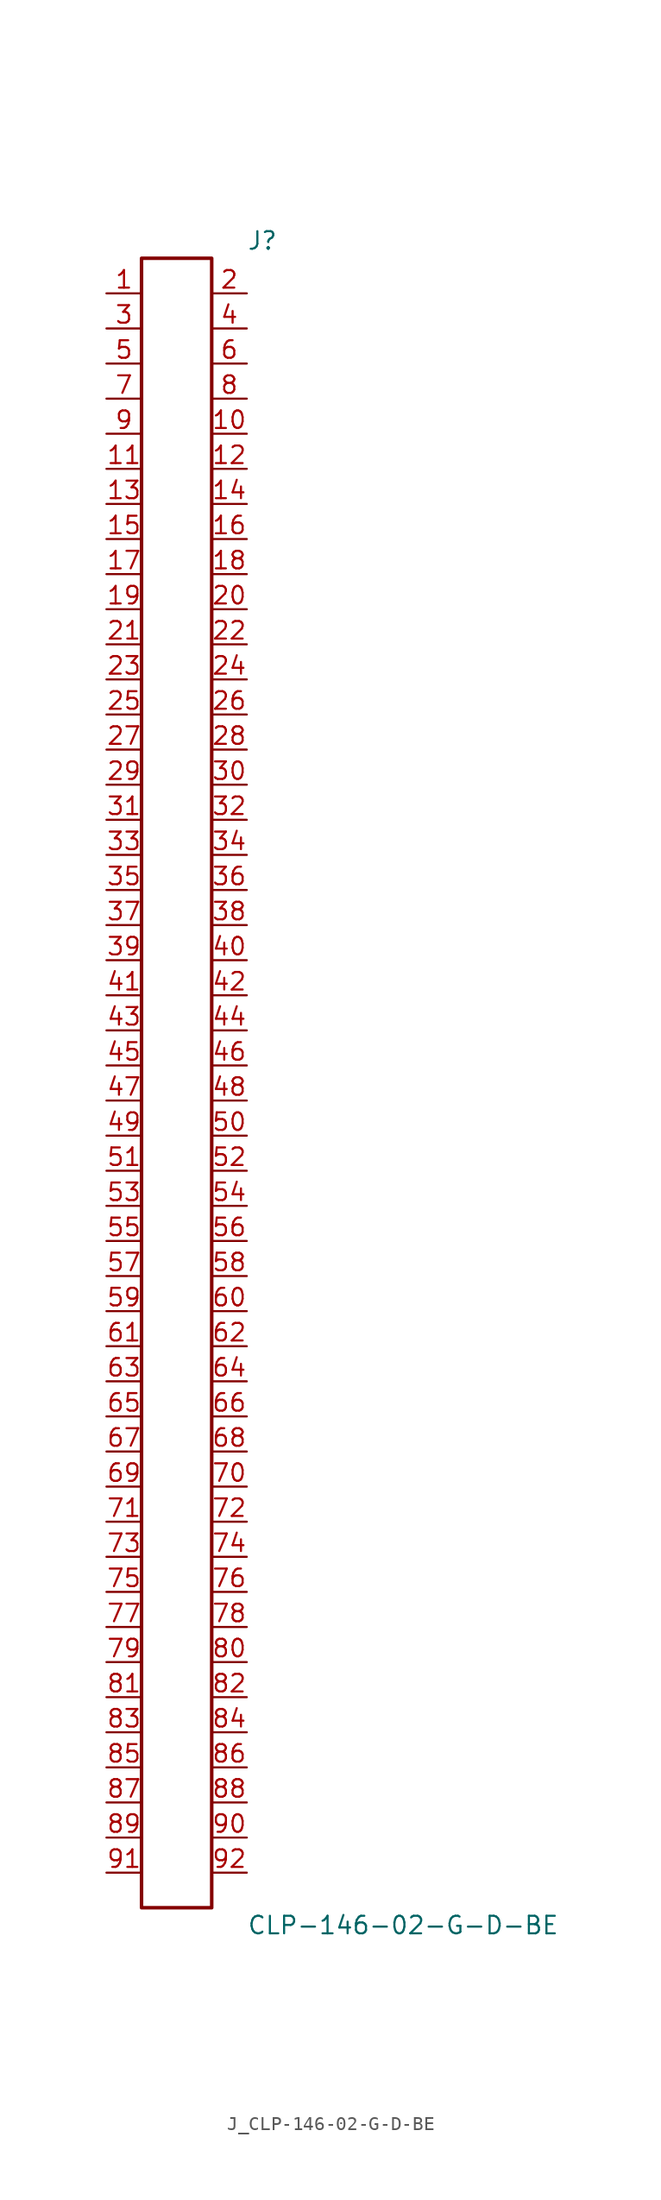
<source format=kicad_sym>
(kicad_symbol_lib
  (version 20231120)
  (generator kicad_symbol_editor)
  (generator_version 8.0)
  (symbol "J_CLP-146-02-G-D-BE"
    (pin_names
      (offset 0.254))
    (property "Reference" "J"
      (at 5.08 60.96 0)
      (effects (font (size 1.27 1.27)) (justify left)))
    (property "Value" "CLP-146-02-G-D-BE"
      (at 5.08 -60.96 0)
      (effects (font (size 1.27 1.27)) (justify left)))
    (symbol "J_CLP-146-02-G-D-BE_0_0"
      (pin passive line (at -5.08 57.15 0) (length 2.54) (name "" (effects (font (size 1.27 1.27)))) (number "1" (effects (font (size 1.27 1.27)))))
      (pin passive line (at 5.08 57.15 180) (length 2.54) (name "" (effects (font (size 1.27 1.27)))) (number "2" (effects (font (size 1.27 1.27)))))
      (pin passive line (at -5.08 54.61 0) (length 2.54) (name "" (effects (font (size 1.27 1.27)))) (number "3" (effects (font (size 1.27 1.27)))))
      (pin passive line (at 5.08 54.61 180) (length 2.54) (name "" (effects (font (size 1.27 1.27)))) (number "4" (effects (font (size 1.27 1.27)))))
      (pin passive line (at -5.08 52.07 0) (length 2.54) (name "" (effects (font (size 1.27 1.27)))) (number "5" (effects (font (size 1.27 1.27)))))
      (pin passive line (at 5.08 52.07 180) (length 2.54) (name "" (effects (font (size 1.27 1.27)))) (number "6" (effects (font (size 1.27 1.27)))))
      (pin passive line (at -5.08 49.53 0) (length 2.54) (name "" (effects (font (size 1.27 1.27)))) (number "7" (effects (font (size 1.27 1.27)))))
      (pin passive line (at 5.08 49.53 180) (length 2.54) (name "" (effects (font (size 1.27 1.27)))) (number "8" (effects (font (size 1.27 1.27)))))
      (pin passive line (at -5.08 46.99 0) (length 2.54) (name "" (effects (font (size 1.27 1.27)))) (number "9" (effects (font (size 1.27 1.27)))))
      (pin passive line (at 5.08 46.99 180) (length 2.54) (name "" (effects (font (size 1.27 1.27)))) (number "10" (effects (font (size 1.27 1.27)))))
      (pin passive line (at -5.08 44.45 0) (length 2.54) (name "" (effects (font (size 1.27 1.27)))) (number "11" (effects (font (size 1.27 1.27)))))
      (pin passive line (at 5.08 44.45 180) (length 2.54) (name "" (effects (font (size 1.27 1.27)))) (number "12" (effects (font (size 1.27 1.27)))))
      (pin passive line (at -5.08 41.91 0) (length 2.54) (name "" (effects (font (size 1.27 1.27)))) (number "13" (effects (font (size 1.27 1.27)))))
      (pin passive line (at 5.08 41.91 180) (length 2.54) (name "" (effects (font (size 1.27 1.27)))) (number "14" (effects (font (size 1.27 1.27)))))
      (pin passive line (at -5.08 39.37 0) (length 2.54) (name "" (effects (font (size 1.27 1.27)))) (number "15" (effects (font (size 1.27 1.27)))))
      (pin passive line (at 5.08 39.37 180) (length 2.54) (name "" (effects (font (size 1.27 1.27)))) (number "16" (effects (font (size 1.27 1.27)))))
      (pin passive line (at -5.08 36.83 0) (length 2.54) (name "" (effects (font (size 1.27 1.27)))) (number "17" (effects (font (size 1.27 1.27)))))
      (pin passive line (at 5.08 36.83 180) (length 2.54) (name "" (effects (font (size 1.27 1.27)))) (number "18" (effects (font (size 1.27 1.27)))))
      (pin passive line (at -5.08 34.29 0) (length 2.54) (name "" (effects (font (size 1.27 1.27)))) (number "19" (effects (font (size 1.27 1.27)))))
      (pin passive line (at 5.08 34.29 180) (length 2.54) (name "" (effects (font (size 1.27 1.27)))) (number "20" (effects (font (size 1.27 1.27)))))
      (pin passive line (at -5.08 31.75 0) (length 2.54) (name "" (effects (font (size 1.27 1.27)))) (number "21" (effects (font (size 1.27 1.27)))))
      (pin passive line (at 5.08 31.75 180) (length 2.54) (name "" (effects (font (size 1.27 1.27)))) (number "22" (effects (font (size 1.27 1.27)))))
      (pin passive line (at -5.08 29.21 0) (length 2.54) (name "" (effects (font (size 1.27 1.27)))) (number "23" (effects (font (size 1.27 1.27)))))
      (pin passive line (at 5.08 29.21 180) (length 2.54) (name "" (effects (font (size 1.27 1.27)))) (number "24" (effects (font (size 1.27 1.27)))))
      (pin passive line (at -5.08 26.67 0) (length 2.54) (name "" (effects (font (size 1.27 1.27)))) (number "25" (effects (font (size 1.27 1.27)))))
      (pin passive line (at 5.08 26.67 180) (length 2.54) (name "" (effects (font (size 1.27 1.27)))) (number "26" (effects (font (size 1.27 1.27)))))
      (pin passive line (at -5.08 24.13 0) (length 2.54) (name "" (effects (font (size 1.27 1.27)))) (number "27" (effects (font (size 1.27 1.27)))))
      (pin passive line (at 5.08 24.13 180) (length 2.54) (name "" (effects (font (size 1.27 1.27)))) (number "28" (effects (font (size 1.27 1.27)))))
      (pin passive line (at -5.08 21.59 0) (length 2.54) (name "" (effects (font (size 1.27 1.27)))) (number "29" (effects (font (size 1.27 1.27)))))
      (pin passive line (at 5.08 21.59 180) (length 2.54) (name "" (effects (font (size 1.27 1.27)))) (number "30" (effects (font (size 1.27 1.27)))))
      (pin passive line (at -5.08 19.05 0) (length 2.54) (name "" (effects (font (size 1.27 1.27)))) (number "31" (effects (font (size 1.27 1.27)))))
      (pin passive line (at 5.08 19.05 180) (length 2.54) (name "" (effects (font (size 1.27 1.27)))) (number "32" (effects (font (size 1.27 1.27)))))
      (pin passive line (at -5.08 16.51 0) (length 2.54) (name "" (effects (font (size 1.27 1.27)))) (number "33" (effects (font (size 1.27 1.27)))))
      (pin passive line (at 5.08 16.51 180) (length 2.54) (name "" (effects (font (size 1.27 1.27)))) (number "34" (effects (font (size 1.27 1.27)))))
      (pin passive line (at -5.08 13.97 0) (length 2.54) (name "" (effects (font (size 1.27 1.27)))) (number "35" (effects (font (size 1.27 1.27)))))
      (pin passive line (at 5.08 13.97 180) (length 2.54) (name "" (effects (font (size 1.27 1.27)))) (number "36" (effects (font (size 1.27 1.27)))))
      (pin passive line (at -5.08 11.43 0) (length 2.54) (name "" (effects (font (size 1.27 1.27)))) (number "37" (effects (font (size 1.27 1.27)))))
      (pin passive line (at 5.08 11.43 180) (length 2.54) (name "" (effects (font (size 1.27 1.27)))) (number "38" (effects (font (size 1.27 1.27)))))
      (pin passive line (at -5.08 8.89 0) (length 2.54) (name "" (effects (font (size 1.27 1.27)))) (number "39" (effects (font (size 1.27 1.27)))))
      (pin passive line (at 5.08 8.89 180) (length 2.54) (name "" (effects (font (size 1.27 1.27)))) (number "40" (effects (font (size 1.27 1.27)))))
      (pin passive line (at -5.08 6.35 0) (length 2.54) (name "" (effects (font (size 1.27 1.27)))) (number "41" (effects (font (size 1.27 1.27)))))
      (pin passive line (at 5.08 6.35 180) (length 2.54) (name "" (effects (font (size 1.27 1.27)))) (number "42" (effects (font (size 1.27 1.27)))))
      (pin passive line (at -5.08 3.81 0) (length 2.54) (name "" (effects (font (size 1.27 1.27)))) (number "43" (effects (font (size 1.27 1.27)))))
      (pin passive line (at 5.08 3.81 180) (length 2.54) (name "" (effects (font (size 1.27 1.27)))) (number "44" (effects (font (size 1.27 1.27)))))
      (pin passive line (at -5.08 1.27 0) (length 2.54) (name "" (effects (font (size 1.27 1.27)))) (number "45" (effects (font (size 1.27 1.27)))))
      (pin passive line (at 5.08 1.27 180) (length 2.54) (name "" (effects (font (size 1.27 1.27)))) (number "46" (effects (font (size 1.27 1.27)))))
      (pin passive line (at -5.08 -1.27 0) (length 2.54) (name "" (effects (font (size 1.27 1.27)))) (number "47" (effects (font (size 1.27 1.27)))))
      (pin passive line (at 5.08 -1.27 180) (length 2.54) (name "" (effects (font (size 1.27 1.27)))) (number "48" (effects (font (size 1.27 1.27)))))
      (pin passive line (at -5.08 -3.81 0) (length 2.54) (name "" (effects (font (size 1.27 1.27)))) (number "49" (effects (font (size 1.27 1.27)))))
      (pin passive line (at 5.08 -3.81 180) (length 2.54) (name "" (effects (font (size 1.27 1.27)))) (number "50" (effects (font (size 1.27 1.27)))))
      (pin passive line (at -5.08 -6.35 0) (length 2.54) (name "" (effects (font (size 1.27 1.27)))) (number "51" (effects (font (size 1.27 1.27)))))
      (pin passive line (at 5.08 -6.35 180) (length 2.54) (name "" (effects (font (size 1.27 1.27)))) (number "52" (effects (font (size 1.27 1.27)))))
      (pin passive line (at -5.08 -8.89 0) (length 2.54) (name "" (effects (font (size 1.27 1.27)))) (number "53" (effects (font (size 1.27 1.27)))))
      (pin passive line (at 5.08 -8.89 180) (length 2.54) (name "" (effects (font (size 1.27 1.27)))) (number "54" (effects (font (size 1.27 1.27)))))
      (pin passive line (at -5.08 -11.43 0) (length 2.54) (name "" (effects (font (size 1.27 1.27)))) (number "55" (effects (font (size 1.27 1.27)))))
      (pin passive line (at 5.08 -11.43 180) (length 2.54) (name "" (effects (font (size 1.27 1.27)))) (number "56" (effects (font (size 1.27 1.27)))))
      (pin passive line (at -5.08 -13.97 0) (length 2.54) (name "" (effects (font (size 1.27 1.27)))) (number "57" (effects (font (size 1.27 1.27)))))
      (pin passive line (at 5.08 -13.97 180) (length 2.54) (name "" (effects (font (size 1.27 1.27)))) (number "58" (effects (font (size 1.27 1.27)))))
      (pin passive line (at -5.08 -16.51 0) (length 2.54) (name "" (effects (font (size 1.27 1.27)))) (number "59" (effects (font (size 1.27 1.27)))))
      (pin passive line (at 5.08 -16.51 180) (length 2.54) (name "" (effects (font (size 1.27 1.27)))) (number "60" (effects (font (size 1.27 1.27)))))
      (pin passive line (at -5.08 -19.05 0) (length 2.54) (name "" (effects (font (size 1.27 1.27)))) (number "61" (effects (font (size 1.27 1.27)))))
      (pin passive line (at 5.08 -19.05 180) (length 2.54) (name "" (effects (font (size 1.27 1.27)))) (number "62" (effects (font (size 1.27 1.27)))))
      (pin passive line (at -5.08 -21.59 0) (length 2.54) (name "" (effects (font (size 1.27 1.27)))) (number "63" (effects (font (size 1.27 1.27)))))
      (pin passive line (at 5.08 -21.59 180) (length 2.54) (name "" (effects (font (size 1.27 1.27)))) (number "64" (effects (font (size 1.27 1.27)))))
      (pin passive line (at -5.08 -24.13 0) (length 2.54) (name "" (effects (font (size 1.27 1.27)))) (number "65" (effects (font (size 1.27 1.27)))))
      (pin passive line (at 5.08 -24.13 180) (length 2.54) (name "" (effects (font (size 1.27 1.27)))) (number "66" (effects (font (size 1.27 1.27)))))
      (pin passive line (at -5.08 -26.67 0) (length 2.54) (name "" (effects (font (size 1.27 1.27)))) (number "67" (effects (font (size 1.27 1.27)))))
      (pin passive line (at 5.08 -26.67 180) (length 2.54) (name "" (effects (font (size 1.27 1.27)))) (number "68" (effects (font (size 1.27 1.27)))))
      (pin passive line (at -5.08 -29.21 0) (length 2.54) (name "" (effects (font (size 1.27 1.27)))) (number "69" (effects (font (size 1.27 1.27)))))
      (pin passive line (at 5.08 -29.21 180) (length 2.54) (name "" (effects (font (size 1.27 1.27)))) (number "70" (effects (font (size 1.27 1.27)))))
      (pin passive line (at -5.08 -31.75 0) (length 2.54) (name "" (effects (font (size 1.27 1.27)))) (number "71" (effects (font (size 1.27 1.27)))))
      (pin passive line (at 5.08 -31.75 180) (length 2.54) (name "" (effects (font (size 1.27 1.27)))) (number "72" (effects (font (size 1.27 1.27)))))
      (pin passive line (at -5.08 -34.29 0) (length 2.54) (name "" (effects (font (size 1.27 1.27)))) (number "73" (effects (font (size 1.27 1.27)))))
      (pin passive line (at 5.08 -34.29 180) (length 2.54) (name "" (effects (font (size 1.27 1.27)))) (number "74" (effects (font (size 1.27 1.27)))))
      (pin passive line (at -5.08 -36.83 0) (length 2.54) (name "" (effects (font (size 1.27 1.27)))) (number "75" (effects (font (size 1.27 1.27)))))
      (pin passive line (at 5.08 -36.83 180) (length 2.54) (name "" (effects (font (size 1.27 1.27)))) (number "76" (effects (font (size 1.27 1.27)))))
      (pin passive line (at -5.08 -39.37 0) (length 2.54) (name "" (effects (font (size 1.27 1.27)))) (number "77" (effects (font (size 1.27 1.27)))))
      (pin passive line (at 5.08 -39.37 180) (length 2.54) (name "" (effects (font (size 1.27 1.27)))) (number "78" (effects (font (size 1.27 1.27)))))
      (pin passive line (at -5.08 -41.91 0) (length 2.54) (name "" (effects (font (size 1.27 1.27)))) (number "79" (effects (font (size 1.27 1.27)))))
      (pin passive line (at 5.08 -41.91 180) (length 2.54) (name "" (effects (font (size 1.27 1.27)))) (number "80" (effects (font (size 1.27 1.27)))))
      (pin passive line (at -5.08 -44.45 0) (length 2.54) (name "" (effects (font (size 1.27 1.27)))) (number "81" (effects (font (size 1.27 1.27)))))
      (pin passive line (at 5.08 -44.45 180) (length 2.54) (name "" (effects (font (size 1.27 1.27)))) (number "82" (effects (font (size 1.27 1.27)))))
      (pin passive line (at -5.08 -46.99 0) (length 2.54) (name "" (effects (font (size 1.27 1.27)))) (number "83" (effects (font (size 1.27 1.27)))))
      (pin passive line (at 5.08 -46.99 180) (length 2.54) (name "" (effects (font (size 1.27 1.27)))) (number "84" (effects (font (size 1.27 1.27)))))
      (pin passive line (at -5.08 -49.53 0) (length 2.54) (name "" (effects (font (size 1.27 1.27)))) (number "85" (effects (font (size 1.27 1.27)))))
      (pin passive line (at 5.08 -49.53 180) (length 2.54) (name "" (effects (font (size 1.27 1.27)))) (number "86" (effects (font (size 1.27 1.27)))))
      (pin passive line (at -5.08 -52.07 0) (length 2.54) (name "" (effects (font (size 1.27 1.27)))) (number "87" (effects (font (size 1.27 1.27)))))
      (pin passive line (at 5.08 -52.07 180) (length 2.54) (name "" (effects (font (size 1.27 1.27)))) (number "88" (effects (font (size 1.27 1.27)))))
      (pin passive line (at -5.08 -54.61 0) (length 2.54) (name "" (effects (font (size 1.27 1.27)))) (number "89" (effects (font (size 1.27 1.27)))))
      (pin passive line (at 5.08 -54.61 180) (length 2.54) (name "" (effects (font (size 1.27 1.27)))) (number "90" (effects (font (size 1.27 1.27)))))
      (pin passive line (at -5.08 -57.15 0) (length 2.54) (name "" (effects (font (size 1.27 1.27)))) (number "91" (effects (font (size 1.27 1.27)))))
      (pin passive line (at 5.08 -57.15 180) (length 2.54) (name "" (effects (font (size 1.27 1.27)))) (number "92" (effects (font (size 1.27 1.27))))))
    (symbol "J_CLP-146-02-G-D-BE_1_0"
      (rectangle (start -2.54 59.69) (end 2.54 -59.69) (stroke (width 0.254) (type solid)) (fill (type none))))))
</source>
